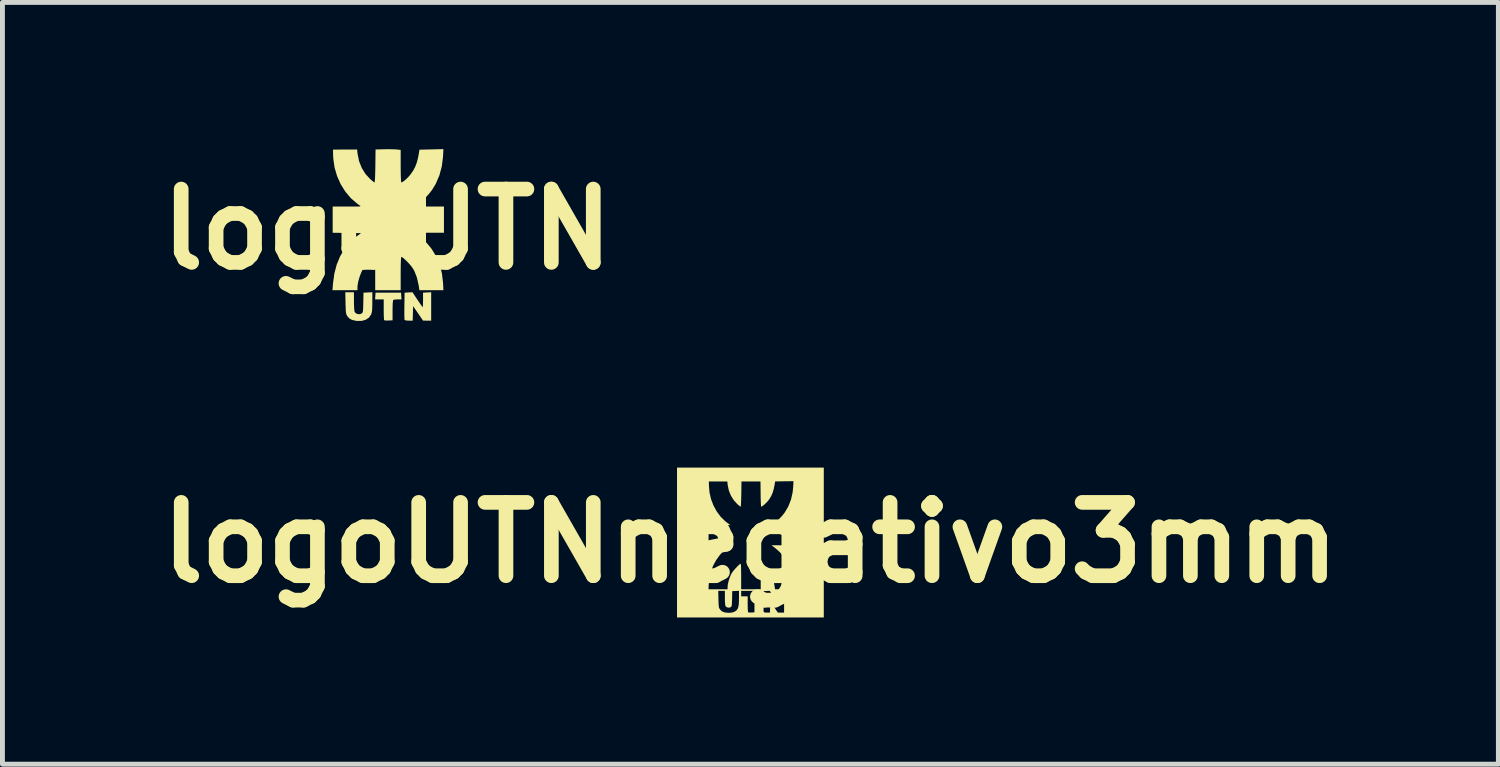
<source format=kicad_pcb>
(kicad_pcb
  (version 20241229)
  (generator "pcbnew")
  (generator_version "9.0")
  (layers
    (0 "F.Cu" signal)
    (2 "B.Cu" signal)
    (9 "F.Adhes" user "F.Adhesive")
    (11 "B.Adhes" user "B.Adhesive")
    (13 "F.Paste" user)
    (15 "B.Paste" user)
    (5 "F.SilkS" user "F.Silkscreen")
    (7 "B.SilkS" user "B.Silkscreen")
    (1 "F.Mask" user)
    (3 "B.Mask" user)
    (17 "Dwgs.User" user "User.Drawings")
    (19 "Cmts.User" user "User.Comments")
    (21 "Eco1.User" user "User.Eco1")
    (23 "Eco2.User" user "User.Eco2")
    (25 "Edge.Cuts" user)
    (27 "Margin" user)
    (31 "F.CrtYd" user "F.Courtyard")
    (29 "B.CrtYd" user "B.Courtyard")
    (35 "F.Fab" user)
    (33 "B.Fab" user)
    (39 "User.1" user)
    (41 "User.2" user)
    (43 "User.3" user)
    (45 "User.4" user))
  (footprint "logoUTN"
    (layer "F.Cu")
    (at 4.871 1.639)
    (property "Reference" "logoUTN" (at 0 0 0) (layer "F.SilkS") (effects (font (size 1.5 1.5) (thickness 0.3))))
    (attr board_only exclude_from_pos_files exclude_from_bom)
    (fp_poly (pts (xy 0.287 1.366) (xy 0.292 1.435) (xy 0.215 1.435) (xy 0.168 1.438) (xy 0.134 1.442) (xy 0.123 1.446) (xy 0.118 1.465) (xy 0.113 1.507) (xy 0.11 1.57) (xy 0.109 1.648) (xy 0.109 1.66) (xy 0.109 1.863) (xy 0.028 1.867) (xy -0.018 1.868) (xy -0.051 1.865) (xy -0.062 1.861) (xy -0.066 1.844) (xy -0.069 1.803) (xy -0.071 1.744) (xy -0.072 1.672) (xy -0.072 1.643) (xy -0.072 1.435) (xy -0.16 1.435) (xy -0.248 1.435) (xy -0.244 1.366) (xy -0.239 1.298) (xy 0.022 1.298) (xy 0.283 1.298)) (stroke (width 0) (type solid)) (fill yes) (layer "F.SilkS"))
    (fp_poly (pts (xy 0.899 1.58) (xy 0.899 1.87) (xy 0.815 1.87) (xy 0.732 1.869) (xy 0.631 1.721) (xy 0.529 1.573) (xy 0.525 1.722) (xy 0.521 1.87) (xy 0.441 1.87) (xy 0.387 1.867) (xy 0.358 1.857) (xy 0.354 1.852) (xy 0.352 1.832) (xy 0.351 1.788) (xy 0.35 1.725) (xy 0.35 1.648) (xy 0.351 1.565) (xy 0.355 1.298) (xy 0.436 1.293) (xy 0.516 1.289) (xy 0.617 1.441) (xy 0.656 1.499) (xy 0.689 1.546) (xy 0.713 1.58) (xy 0.725 1.594) (xy 0.725 1.594) (xy 0.729 1.581) (xy 0.731 1.545) (xy 0.732 1.492) (xy 0.733 1.446) (xy 0.732 1.298) (xy 0.815 1.293) (xy 0.899 1.289)) (stroke (width 0) (type solid)) (fill yes) (layer "F.SilkS"))
    (fp_poly (pts (xy -0.305 1.489) (xy -0.306 1.575) (xy -0.308 1.639) (xy -0.313 1.685) (xy -0.321 1.721) (xy -0.332 1.748) (xy -0.375 1.809) (xy -0.438 1.851) (xy -0.518 1.874) (xy -0.612 1.876) (xy -0.654 1.87) (xy -0.719 1.855) (xy -0.764 1.833) (xy -0.801 1.798) (xy -0.814 1.78) (xy -0.828 1.759) (xy -0.837 1.737) (xy -0.843 1.708) (xy -0.848 1.667) (xy -0.85 1.608) (xy -0.853 1.526) (xy -0.853 1.511) (xy -0.858 1.29) (xy -0.77 1.29) (xy -0.681 1.29) (xy -0.681 1.471) (xy -0.68 1.543) (xy -0.677 1.609) (xy -0.673 1.659) (xy -0.667 1.688) (xy -0.667 1.688) (xy -0.643 1.719) (xy -0.605 1.735) (xy -0.563 1.738) (xy -0.526 1.726) (xy -0.502 1.699) (xy -0.5 1.692) (xy -0.496 1.666) (xy -0.493 1.617) (xy -0.491 1.553) (xy -0.489 1.481) (xy -0.489 1.479) (xy -0.486 1.298) (xy -0.395 1.293) (xy -0.304 1.289)) (stroke (width 0) (type solid)) (fill yes) (layer "F.SilkS"))
    (fp_poly (pts (xy 1.141 -1.483) (xy 1.117 -1.288) (xy 1.067 -1.102) (xy 0.992 -0.927) (xy 0.916 -0.803) (xy 0.865 -0.737) (xy 0.8 -0.664) (xy 0.729 -0.594) (xy 0.66 -0.535) (xy 0.616 -0.502) (xy 0.559 -0.464) (xy 0.859 -0.464) (xy 1.16 -0.464) (xy 1.16 -0.196) (xy 1.16 0.072) (xy 0.861 0.072) (xy 0.562 0.072) (xy 0.647 0.135) (xy 0.786 0.256) (xy 0.903 0.395) (xy 0.999 0.551) (xy 1.071 0.722) (xy 1.119 0.905) (xy 1.142 1.098) (xy 1.149 1.247) (xy 0.903 1.247) (xy 0.658 1.247) (xy 0.641 1.138) (xy 0.607 0.988) (xy 0.557 0.859) (xy 0.522 0.798) (xy 0.494 0.759) (xy 0.455 0.713) (xy 0.411 0.666) (xy 0.367 0.623) (xy 0.328 0.589) (xy 0.3 0.569) (xy 0.291 0.565) (xy 0.285 0.578) (xy 0.281 0.616) (xy 0.278 0.681) (xy 0.276 0.773) (xy 0.275 0.892) (xy 0.275 0.906) (xy 0.275 1.247) (xy 0.014 1.247) (xy -0.246 1.247) (xy -0.246 0.906) (xy -0.247 0.79) (xy -0.249 0.696) (xy -0.252 0.626) (xy -0.256 0.582) (xy -0.26 0.566) (xy -0.261 0.565) (xy -0.281 0.576) (xy -0.315 0.604) (xy -0.356 0.645) (xy -0.401 0.693) (xy -0.444 0.743) (xy -0.48 0.79) (xy -0.504 0.826) (xy -0.537 0.897) (xy -0.568 0.981) (xy -0.592 1.067) (xy -0.606 1.145) (xy -0.609 1.185) (xy -0.609 1.247) (xy -0.865 1.247) (xy -1.12 1.247) (xy -1.11 1.114) (xy -1.083 0.913) (xy -1.034 0.725) (xy -0.963 0.553) (xy -0.872 0.399) (xy -0.762 0.264) (xy -0.632 0.151) (xy -0.632 0.15) (xy -0.536 0.08) (xy -0.826 0.076) (xy -1.116 0.072) (xy -1.116 -0.196) (xy -1.116 -0.464) (xy -0.825 -0.464) (xy -0.533 -0.464) (xy -0.619 -0.527) (xy -0.748 -0.639) (xy -0.859 -0.772) (xy -0.953 -0.923) (xy -1.026 -1.087) (xy -1.077 -1.261) (xy -1.103 -1.44) (xy -1.107 -1.51) (xy -1.109 -1.629) (xy -0.863 -1.63) (xy -0.616 -1.631) (xy -0.606 -1.539) (xy -0.576 -1.391) (xy -0.521 -1.253) (xy -0.444 -1.129) (xy -0.349 -1.026) (xy -0.309 -0.992) (xy -0.278 -0.967) (xy -0.26 -0.957) (xy -0.26 -0.957) (xy -0.256 -0.971) (xy -0.252 -1.009) (xy -0.249 -1.069) (xy -0.246 -1.146) (xy -0.244 -1.235) (xy -0.243 -1.294) (xy -0.239 -1.631) (xy -0.058 -1.636) (xy 0.02 -1.637) (xy 0.095 -1.636) (xy 0.159 -1.634) (xy 0.199 -1.631) (xy 0.275 -1.622) (xy 0.275 -1.289) (xy 0.276 -1.195) (xy 0.277 -1.11) (xy 0.28 -1.041) (xy 0.282 -0.99) (xy 0.286 -0.961) (xy 0.288 -0.957) (xy 0.314 -0.967) (xy 0.352 -0.994) (xy 0.396 -1.033) (xy 0.44 -1.078) (xy 0.473 -1.117) (xy 0.53 -1.198) (xy 0.572 -1.277) (xy 0.604 -1.361) (xy 0.63 -1.461) (xy 0.644 -1.535) (xy 0.66 -1.627) (xy 0.905 -1.633) (xy 1.149 -1.639)) (stroke (width 0) (type solid)) (fill yes) (layer "F.SilkS")))
  (footprint "logoUTNnegativo3mm"
    (layer "F.Cu")
    (at 12.3 8.048)
    (property "Reference" "logoUTNnegativo3mm" (at 0 0 0) (layer "F.SilkS") (effects (font (size 1.5 1.5) (thickness 0.3))))
    (attr board_only exclude_from_pos_files exclude_from_bom)
    (fp_poly (pts (xy 1.501 0) (xy 1.501 1.533) (xy 0 1.533) (xy -1.501 1.533) (xy -1.501 0.989) (xy -0.658 0.989) (xy -0.654 1.158) (xy -0.652 1.224) (xy -0.65 1.272) (xy -0.647 1.305) (xy -0.643 1.329) (xy -0.636 1.346) (xy -0.626 1.362) (xy -0.625 1.364) (xy -0.597 1.396) (xy -0.566 1.416) (xy -0.523 1.429) (xy -0.502 1.433) (xy -0.432 1.438) (xy -0.367 1.43) (xy -0.313 1.409) (xy -0.313 1.408) (xy -0.284 1.387) (xy -0.263 1.359) (xy -0.249 1.323) (xy -0.239 1.274) (xy -0.235 1.21) (xy -0.234 1.141) (xy -0.234 1.044) (xy -0.189 1.044) (xy -0.189 1.1) (xy -0.122 1.1) (xy -0.056 1.1) (xy -0.056 1.259) (xy -0.055 1.317) (xy -0.054 1.366) (xy -0.051 1.403) (xy -0.049 1.424) (xy -0.048 1.426) (xy -0.033 1.43) (xy -0.004 1.432) (xy 0.022 1.431) (xy 0.083 1.428) (xy 0.083 1.324) (xy 0.269 1.324) (xy 0.269 1.372) (xy 0.27 1.405) (xy 0.272 1.419) (xy 0.287 1.429) (xy 0.322 1.433) (xy 0.338 1.433) (xy 0.399 1.433) (xy 0.403 1.319) (xy 0.406 1.206) (xy 0.484 1.319) (xy 0.561 1.433) (xy 0.625 1.433) (xy 0.689 1.433) (xy 0.689 1.211) (xy 0.689 0.988) (xy 0.625 0.991) (xy 0.561 0.994) (xy 0.562 1.108) (xy 0.562 1.156) (xy 0.561 1.193) (xy 0.559 1.216) (xy 0.557 1.222) (xy 0.548 1.213) (xy 0.531 1.188) (xy 0.506 1.153) (xy 0.476 1.109) (xy 0.473 1.104) (xy 0.396 0.988) (xy 0.334 0.991) (xy 0.272 0.994) (xy 0.269 1.2) (xy 0.269 1.266) (xy 0.269 1.324) (xy 0.083 1.324) (xy 0.083 1.272) (xy 0.084 1.211) (xy 0.086 1.161) (xy 0.09 1.126) (xy 0.094 1.109) (xy 0.094 1.109) (xy 0.111 1.104) (xy 0.142 1.101) (xy 0.164 1.1) (xy 0.222 1.1) (xy 0.222 1.044) (xy 0.222 0.989) (xy 0.017 0.989) (xy -0.189 0.989) (xy -0.189 1.044) (xy -0.234 1.044) (xy -0.233 0.988) (xy -0.303 0.991) (xy -0.372 0.994) (xy -0.374 1.132) (xy -0.376 1.187) (xy -0.378 1.237) (xy -0.38 1.275) (xy -0.383 1.296) (xy -0.383 1.296) (xy -0.398 1.319) (xy -0.426 1.331) (xy -0.458 1.331) (xy -0.489 1.32) (xy -0.51 1.298) (xy -0.512 1.293) (xy -0.516 1.272) (xy -0.519 1.233) (xy -0.522 1.183) (xy -0.522 1.127) (xy -0.522 1.127) (xy -0.522 0.989) (xy -0.59 0.989) (xy -0.658 0.989) (xy -1.501 0.989) (xy -1.501 0) (xy -1.501 -0.356) (xy -0.856 -0.356) (xy -0.856 -0.15) (xy -0.856 0.055) (xy -0.633 0.058) (xy -0.411 0.061) (xy -0.479 0.111) (xy -0.557 0.178) (xy -0.631 0.262) (xy -0.699 0.357) (xy -0.756 0.46) (xy -0.799 0.563) (xy -0.815 0.617) (xy -0.827 0.669) (xy -0.838 0.733) (xy -0.847 0.8) (xy -0.853 0.863) (xy -0.856 0.912) (xy -0.856 0.914) (xy -0.856 0.956) (xy -0.661 0.956) (xy -0.467 0.956) (xy -0.467 0.908) (xy -0.462 0.856) (xy -0.448 0.794) (xy -0.427 0.727) (xy -0.403 0.666) (xy -0.386 0.633) (xy -0.366 0.603) (xy -0.338 0.567) (xy -0.304 0.528) (xy -0.27 0.492) (xy -0.239 0.461) (xy -0.214 0.44) (xy -0.2 0.433) (xy -0.196 0.444) (xy -0.193 0.476) (xy -0.191 0.528) (xy -0.19 0.598) (xy -0.189 0.686) (xy -0.189 0.694) (xy -0.189 0.956) (xy 0.011 0.956) (xy 0.211 0.956) (xy 0.211 0.694) (xy 0.212 0.6) (xy 0.213 0.528) (xy 0.215 0.476) (xy 0.218 0.445) (xy 0.223 0.433) (xy 0.223 0.433) (xy 0.239 0.441) (xy 0.265 0.462) (xy 0.297 0.492) (xy 0.331 0.527) (xy 0.363 0.563) (xy 0.39 0.596) (xy 0.4 0.612) (xy 0.446 0.701) (xy 0.479 0.807) (xy 0.491 0.872) (xy 0.504 0.956) (xy 0.693 0.956) (xy 0.881 0.956) (xy 0.876 0.842) (xy 0.858 0.694) (xy 0.821 0.553) (xy 0.766 0.422) (xy 0.692 0.303) (xy 0.602 0.196) (xy 0.496 0.104) (xy 0.431 0.056) (xy 0.66 0.056) (xy 0.889 0.056) (xy 0.889 -0.15) (xy 0.889 -0.356) (xy 0.66 -0.356) (xy 0.43 -0.356) (xy 0.474 -0.384) (xy 0.52 -0.42) (xy 0.572 -0.467) (xy 0.625 -0.521) (xy 0.672 -0.575) (xy 0.702 -0.615) (xy 0.776 -0.741) (xy 0.83 -0.878) (xy 0.863 -1.023) (xy 0.875 -1.136) (xy 0.881 -1.255) (xy 0.694 -1.253) (xy 0.506 -1.25) (xy 0.494 -1.178) (xy 0.476 -1.091) (xy 0.455 -1.019) (xy 0.428 -0.957) (xy 0.393 -0.897) (xy 0.364 -0.858) (xy 0.336 -0.825) (xy 0.302 -0.792) (xy 0.269 -0.762) (xy 0.24 -0.742) (xy 0.221 -0.733) (xy 0.22 -0.733) (xy 0.218 -0.744) (xy 0.215 -0.774) (xy 0.213 -0.819) (xy 0.211 -0.878) (xy 0.209 -0.947) (xy 0.209 -0.992) (xy 0.206 -1.25) (xy 0.011 -1.25) (xy -0.183 -1.25) (xy -0.186 -0.992) (xy -0.188 -0.919) (xy -0.19 -0.853) (xy -0.192 -0.8) (xy -0.195 -0.76) (xy -0.197 -0.737) (xy -0.199 -0.733) (xy -0.212 -0.74) (xy -0.235 -0.759) (xy -0.265 -0.784) (xy -0.268 -0.786) (xy -0.342 -0.868) (xy -0.401 -0.964) (xy -0.443 -1.07) (xy -0.465 -1.18) (xy -0.472 -1.25) (xy -0.661 -1.25) (xy -0.85 -1.25) (xy -0.848 -1.158) (xy -0.836 -1.019) (xy -0.804 -0.884) (xy -0.754 -0.755) (xy -0.688 -0.635) (xy -0.608 -0.527) (xy -0.514 -0.435) (xy -0.475 -0.404) (xy -0.409 -0.356) (xy -0.632 -0.356) (xy -0.856 -0.356) (xy -1.501 -0.356) (xy -1.501 -1.533) (xy 0 -1.533) (xy 1.501 -1.533)) (stroke (width 0) (type solid)) (fill yes) (layer "F.SilkS")))
  (gr_rect
    (start -3 -3)
    (end 27.6 12.582)
    (stroke (width 0.1) (type default))
    (fill no)
    (layer "Edge.Cuts")))
</source>
